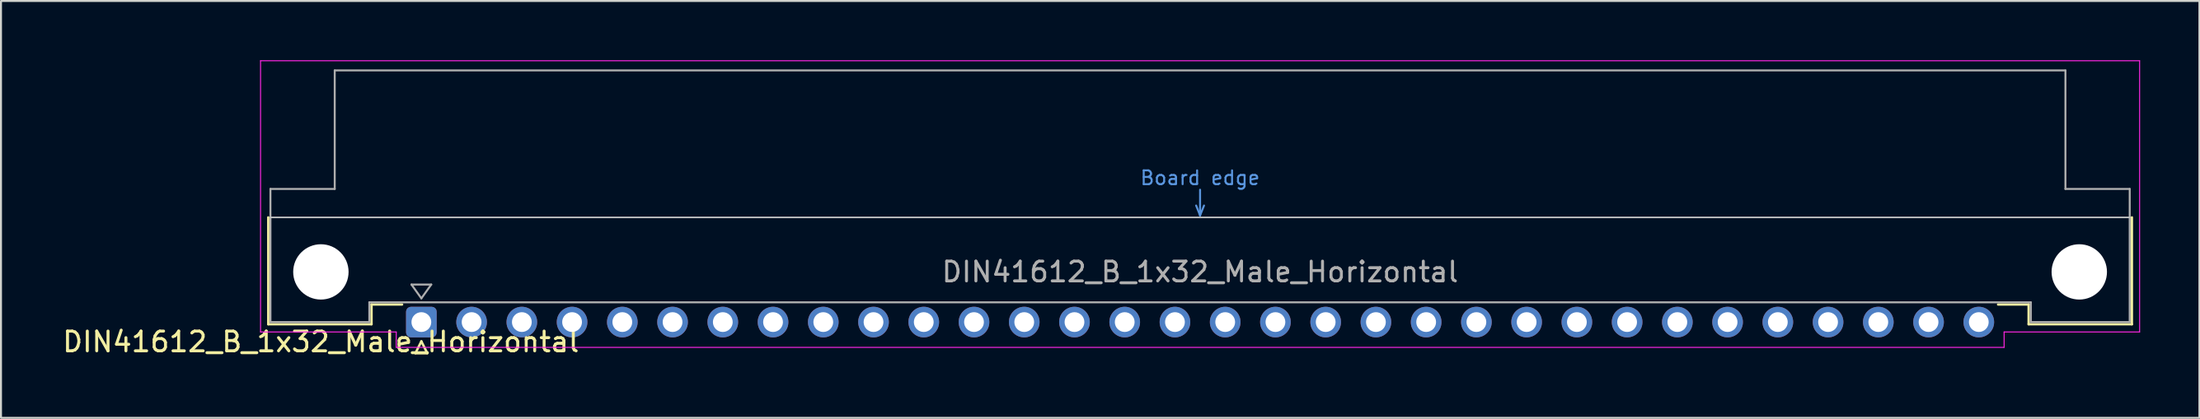
<source format=kicad_pcb>
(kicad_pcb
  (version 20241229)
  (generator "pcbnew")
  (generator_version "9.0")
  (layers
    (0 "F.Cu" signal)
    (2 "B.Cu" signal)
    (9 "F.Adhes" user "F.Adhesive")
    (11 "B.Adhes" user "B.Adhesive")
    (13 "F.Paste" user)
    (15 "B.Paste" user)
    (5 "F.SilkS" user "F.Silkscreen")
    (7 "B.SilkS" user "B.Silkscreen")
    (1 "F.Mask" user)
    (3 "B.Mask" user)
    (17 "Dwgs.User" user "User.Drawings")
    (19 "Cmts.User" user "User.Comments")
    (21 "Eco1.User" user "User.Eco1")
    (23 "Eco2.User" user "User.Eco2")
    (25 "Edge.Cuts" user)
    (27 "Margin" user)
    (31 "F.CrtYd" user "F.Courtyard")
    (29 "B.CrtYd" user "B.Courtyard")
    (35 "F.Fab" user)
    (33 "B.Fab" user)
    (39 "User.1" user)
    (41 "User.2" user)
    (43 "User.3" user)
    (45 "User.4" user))
  (footprint "DIN41612_B_1x32_Male_Horizontal"
    (layer "F.Cu")
    (at 18.253 13.255)
    (property "Reference" "DIN41612_B_1x32_Male_Horizontal" (at -5.08 1 0) (layer "F.SilkS") (effects (font (size 1 1) (thickness 0.15))))
    (attr through_hole)
    (fp_line (start -7.74 -5.3) (end -7.74 0.11) (stroke (width 0.12) (type solid)) (layer "F.SilkS"))
    (fp_line (start -7.74 0.11) (end -2.52 0.11) (stroke (width 0.12) (type solid)) (layer "F.SilkS"))
    (fp_line (start -2.52 -0.89) (end -0.975 -0.89) (stroke (width 0.12) (type solid)) (layer "F.SilkS"))
    (fp_line (start -2.52 0.11) (end -2.52 -0.89) (stroke (width 0.12) (type solid)) (layer "F.SilkS"))
    (fp_line (start -0.3 1.575) (end 0.3 1.575) (stroke (width 0.12) (type solid)) (layer "F.SilkS"))
    (fp_line (start 0 0.975) (end -0.3 1.575) (stroke (width 0.12) (type solid)) (layer "F.SilkS"))
    (fp_line (start 0.3 1.575) (end 0 0.975) (stroke (width 0.12) (type solid)) (layer "F.SilkS"))
    (fp_line (start 81.26 -0.89) (end 79.715 -0.89) (stroke (width 0.12) (type solid)) (layer "F.SilkS"))
    (fp_line (start 81.26 0.11) (end 81.26 -0.89) (stroke (width 0.12) (type solid)) (layer "F.SilkS"))
    (fp_line (start 86.48 -5.3) (end 86.48 0.11) (stroke (width 0.12) (type solid)) (layer "F.SilkS"))
    (fp_line (start 86.48 0.11) (end 81.26 0.11) (stroke (width 0.12) (type solid)) (layer "F.SilkS"))
    (fp_line (start -7.63 -5.3) (end 86.37 -5.3) (stroke (width 0.08) (type solid)) (layer "Dwgs.User"))
    (fp_line (start 39.17 -5.9) (end 39.37 -5.4) (stroke (width 0.1) (type solid)) (layer "Cmts.User"))
    (fp_line (start 39.37 -5.4) (end 39.37 -6.7) (stroke (width 0.1) (type solid)) (layer "Cmts.User"))
    (fp_line (start 39.37 -5.4) (end 39.57 -5.9) (stroke (width 0.1) (type solid)) (layer "Cmts.User"))
    (fp_line (start -8.13 -13.23) (end -8.13 0.5) (stroke (width 0.05) (type solid)) (layer "F.CrtYd"))
    (fp_line (start -8.13 0.5) (end -1.27 0.5) (stroke (width 0.05) (type solid)) (layer "F.CrtYd"))
    (fp_line (start -1.27 0.5) (end -1.27 1.28) (stroke (width 0.05) (type solid)) (layer "F.CrtYd"))
    (fp_line (start -1.27 1.28) (end 80.02 1.28) (stroke (width 0.05) (type solid)) (layer "F.CrtYd"))
    (fp_line (start 80.02 0.5) (end 86.87 0.5) (stroke (width 0.05) (type solid)) (layer "F.CrtYd"))
    (fp_line (start 80.02 1.28) (end 80.02 0.5) (stroke (width 0.05) (type solid)) (layer "F.CrtYd"))
    (fp_line (start 86.87 -13.23) (end -8.13 -13.23) (stroke (width 0.05) (type solid)) (layer "F.CrtYd"))
    (fp_line (start 86.87 0.5) (end 86.87 -13.23) (stroke (width 0.05) (type solid)) (layer "F.CrtYd"))
    (fp_line (start -7.63 -6.74) (end -7.63 0) (stroke (width 0.1) (type solid)) (layer "F.Fab"))
    (fp_line (start -7.63 0) (end -2.63 0) (stroke (width 0.1) (type solid)) (layer "F.Fab"))
    (fp_line (start -4.38 -12.74) (end -4.38 -6.74) (stroke (width 0.1) (type solid)) (layer "F.Fab"))
    (fp_line (start -4.38 -6.74) (end -7.63 -6.74) (stroke (width 0.1) (type solid)) (layer "F.Fab"))
    (fp_line (start -2.63 -1) (end 81.37 -1) (stroke (width 0.1) (type solid)) (layer "F.Fab"))
    (fp_line (start -2.63 0) (end -2.63 -1) (stroke (width 0.1) (type solid)) (layer "F.Fab"))
    (fp_line (start -0.5 -1.9) (end 0.5 -1.9) (stroke (width 0.1) (type solid)) (layer "F.Fab"))
    (fp_line (start 0 -1.2) (end -0.5 -1.9) (stroke (width 0.1) (type solid)) (layer "F.Fab"))
    (fp_line (start 0.5 -1.9) (end 0 -1.2) (stroke (width 0.1) (type solid)) (layer "F.Fab"))
    (fp_line (start 81.37 -1) (end 81.37 0) (stroke (width 0.1) (type solid)) (layer "F.Fab"))
    (fp_line (start 81.37 0) (end 86.37 0) (stroke (width 0.1) (type solid)) (layer "F.Fab"))
    (fp_line (start 83.12 -12.74) (end -4.38 -12.74) (stroke (width 0.1) (type solid)) (layer "F.Fab"))
    (fp_line (start 83.12 -6.74) (end 83.12 -12.74) (stroke (width 0.1) (type solid)) (layer "F.Fab"))
    (fp_line (start 86.37 -6.74) (end 83.12 -6.74) (stroke (width 0.1) (type solid)) (layer "F.Fab"))
    (fp_line (start 86.37 0) (end 86.37 -6.74) (stroke (width 0.1) (type solid)) (layer "F.Fab"))
    (fp_text user "Board edge" (at 39.37 -7.3 0) (layer "Cmts.User") (effects (font (size 0.7 0.7) (thickness 0.1))))
    (fp_text user "${REFERENCE}" (at 39.37 -2.54 0) (layer "F.Fab") (effects (font (size 1 1) (thickness 0.15))))
    (pad "" np_thru_hole circle (at -5.08 -2.54) (size 2.8 2.8) (drill 2.8) (layers "*.Cu" "*.Mask"))
    (pad "" np_thru_hole circle (at 83.82 -2.54) (size 2.8 2.8) (drill 2.8) (layers "*.Cu" "*.Mask"))
    (pad "a1" thru_hole roundrect (at 0 0) (size 1.55 1.55) (drill 1) (layers "*.Cu" "*.Mask") (roundrect_rratio 0.161))
    (pad "a2" thru_hole circle (at 2.54 0) (size 1.55 1.55) (drill 1) (layers "*.Cu" "*.Mask"))
    (pad "a3" thru_hole circle (at 5.08 0) (size 1.55 1.55) (drill 1) (layers "*.Cu" "*.Mask"))
    (pad "a4" thru_hole circle (at 7.62 0) (size 1.55 1.55) (drill 1) (layers "*.Cu" "*.Mask"))
    (pad "a5" thru_hole circle (at 10.16 0) (size 1.55 1.55) (drill 1) (layers "*.Cu" "*.Mask"))
    (pad "a6" thru_hole circle (at 12.7 0) (size 1.55 1.55) (drill 1) (layers "*.Cu" "*.Mask"))
    (pad "a7" thru_hole circle (at 15.24 0) (size 1.55 1.55) (drill 1) (layers "*.Cu" "*.Mask"))
    (pad "a8" thru_hole circle (at 17.78 0) (size 1.55 1.55) (drill 1) (layers "*.Cu" "*.Mask"))
    (pad "a9" thru_hole circle (at 20.32 0) (size 1.55 1.55) (drill 1) (layers "*.Cu" "*.Mask"))
    (pad "a10" thru_hole circle (at 22.86 0) (size 1.55 1.55) (drill 1) (layers "*.Cu" "*.Mask"))
    (pad "a11" thru_hole circle (at 25.4 0) (size 1.55 1.55) (drill 1) (layers "*.Cu" "*.Mask"))
    (pad "a12" thru_hole circle (at 27.94 0) (size 1.55 1.55) (drill 1) (layers "*.Cu" "*.Mask"))
    (pad "a13" thru_hole circle (at 30.48 0) (size 1.55 1.55) (drill 1) (layers "*.Cu" "*.Mask"))
    (pad "a14" thru_hole circle (at 33.02 0) (size 1.55 1.55) (drill 1) (layers "*.Cu" "*.Mask"))
    (pad "a15" thru_hole circle (at 35.56 0) (size 1.55 1.55) (drill 1) (layers "*.Cu" "*.Mask"))
    (pad "a16" thru_hole circle (at 38.1 0) (size 1.55 1.55) (drill 1) (layers "*.Cu" "*.Mask"))
    (pad "a17" thru_hole circle (at 40.64 0) (size 1.55 1.55) (drill 1) (layers "*.Cu" "*.Mask"))
    (pad "a18" thru_hole circle (at 43.18 0) (size 1.55 1.55) (drill 1) (layers "*.Cu" "*.Mask"))
    (pad "a19" thru_hole circle (at 45.72 0) (size 1.55 1.55) (drill 1) (layers "*.Cu" "*.Mask"))
    (pad "a20" thru_hole circle (at 48.26 0) (size 1.55 1.55) (drill 1) (layers "*.Cu" "*.Mask"))
    (pad "a21" thru_hole circle (at 50.8 0) (size 1.55 1.55) (drill 1) (layers "*.Cu" "*.Mask"))
    (pad "a22" thru_hole circle (at 53.34 0) (size 1.55 1.55) (drill 1) (layers "*.Cu" "*.Mask"))
    (pad "a23" thru_hole circle (at 55.88 0) (size 1.55 1.55) (drill 1) (layers "*.Cu" "*.Mask"))
    (pad "a24" thru_hole circle (at 58.42 0) (size 1.55 1.55) (drill 1) (layers "*.Cu" "*.Mask"))
    (pad "a25" thru_hole circle (at 60.96 0) (size 1.55 1.55) (drill 1) (layers "*.Cu" "*.Mask"))
    (pad "a26" thru_hole circle (at 63.5 0) (size 1.55 1.55) (drill 1) (layers "*.Cu" "*.Mask"))
    (pad "a27" thru_hole circle (at 66.04 0) (size 1.55 1.55) (drill 1) (layers "*.Cu" "*.Mask"))
    (pad "a28" thru_hole circle (at 68.58 0) (size 1.55 1.55) (drill 1) (layers "*.Cu" "*.Mask"))
    (pad "a29" thru_hole circle (at 71.12 0) (size 1.55 1.55) (drill 1) (layers "*.Cu" "*.Mask"))
    (pad "a30" thru_hole circle (at 73.66 0) (size 1.55 1.55) (drill 1) (layers "*.Cu" "*.Mask"))
    (pad "a31" thru_hole circle (at 76.2 0) (size 1.55 1.55) (drill 1) (layers "*.Cu" "*.Mask"))
    (pad "a32" thru_hole circle (at 78.74 0) (size 1.55 1.55) (drill 1) (layers "*.Cu" "*.Mask")))
  (gr_rect
    (start -3 -3)
    (end 108.148 18.103)
    (stroke (width 0.1) (type default))
    (fill no)
    (layer "Edge.Cuts")))
</source>
